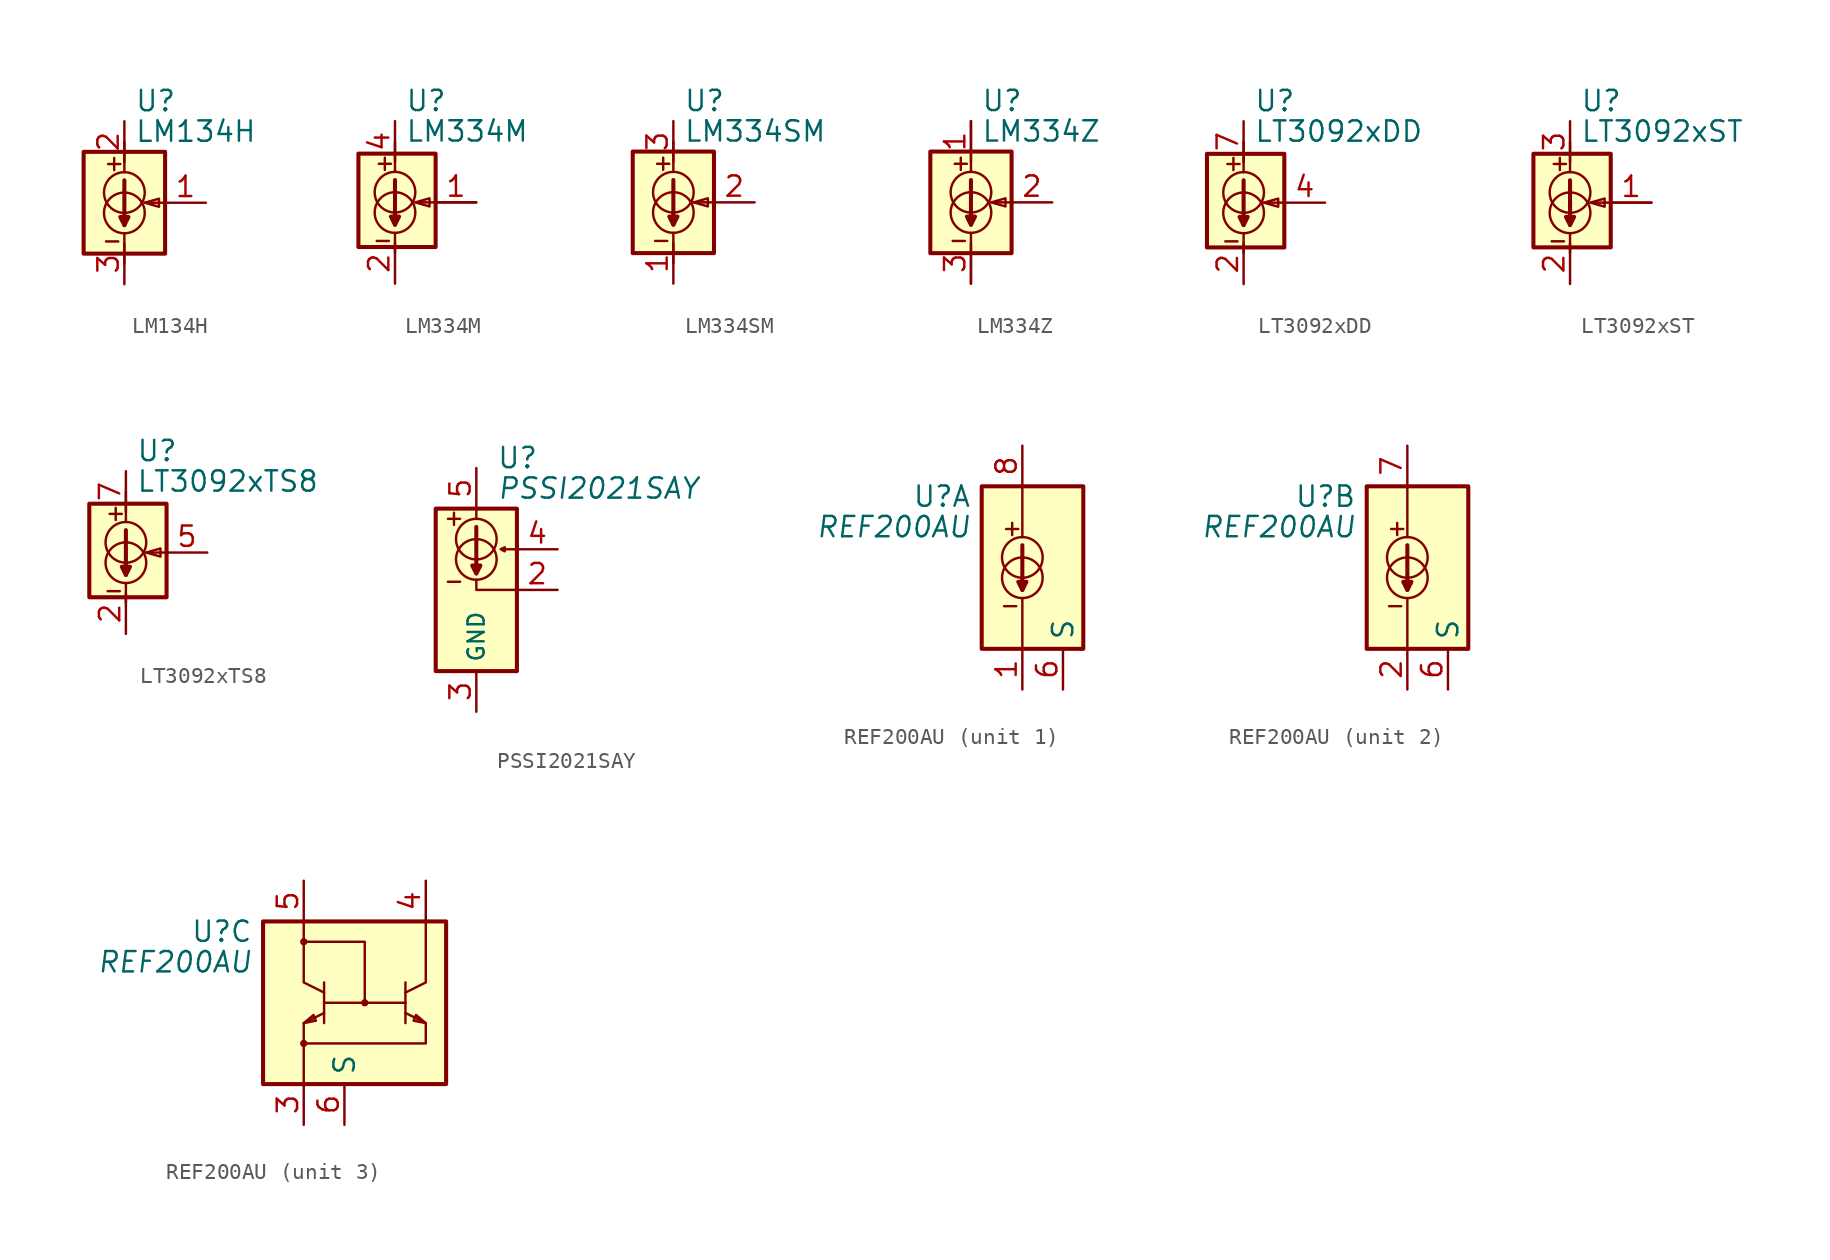
<source format=kicad_sym>
(kicad_symbol_lib
  (version 20201005)
  (generator kicad_symbol_editor)
  (symbol "Reference_Current:LM134H"
    (property "Reference" "U"
      (at 0.635 6.35 0)
      (effects (font (size 1.27 1.27)) (justify left)))
    (property "Value" "LM134H"
      (at 0.635 4.445 0)
      (effects (font (size 1.27 1.27)) (justify left)))
    (symbol "LM134H_0_1"
      (circle (center 0 -0.635) (radius 1.27) (stroke (width 0)) (fill (type none)))
      (circle (center 0 0.635) (radius 1.27) (stroke (width 0)) (fill (type none)))
      (rectangle (start -2.54 3.175) (end 2.54 -3.175) (stroke (width 0.254)) (fill (type background)))
      (polyline (pts (xy -1.143 -2.413) (xy -0.381 -2.413)) (stroke (width 0)) (fill (type none)))
      (polyline (pts (xy -1.016 2.413) (xy -0.254 2.413)) (stroke (width 0)) (fill (type none)))
      (polyline (pts (xy -0.635 2.794) (xy -0.635 2.032)) (stroke (width 0)) (fill (type none)))
      (polyline (pts (xy 0 -1.905) (xy 0 -3.81)) (stroke (width 0)) (fill (type none)))
      (polyline (pts (xy 0 1.397) (xy 0 -1.397)) (stroke (width 0.254)) (fill (type none)))
      (polyline (pts (xy 0 3.81) (xy 0 1.905)) (stroke (width 0)) (fill (type none)))
      (polyline (pts (xy 2.54 0) (xy 1.27 0)) (stroke (width 0)) (fill (type none)))
      (polyline (pts (xy 0 -1.397) (xy -0.254 -0.889) (xy 0.254 -0.889) (xy 0 -1.397)) (stroke (width 0.254)) (fill (type none)))
      (polyline (pts (xy 1.27 0) (xy 2.159 0.254) (xy 2.159 -0.254) (xy 1.27 0)) (stroke (width 0)) (fill (type none))))
    (symbol "LM134H_1_1"
      (pin passive line (at 5.08 0 180) (length 2.54) (name "~" (effects (font (size 1.27 1.27)))) (number "1" (effects (font (size 1.27 1.27)))))
      (pin passive line (at 0 5.08 270) (length 2.54) (name "~" (effects (font (size 1.27 1.27)))) (number "2" (effects (font (size 1.27 1.27)))))
      (pin passive line (at 0 -5.08 90) (length 2.54) (name "~" (effects (font (size 1.27 1.27)))) (number "3" (effects (font (size 1.27 1.27)))))))
  (symbol "Reference_Current:LM334M"
    (property "Reference" "U"
      (at 0.635 6.35 0)
      (effects (font (size 1.27 1.27)) (justify left)))
    (property "Value" "LM334M"
      (at 0.635 4.445 0)
      (effects (font (size 1.27 1.27)) (justify left)))
    (symbol "LM334M_0_1"
      (circle (center 0 -0.635) (radius 1.27) (stroke (width 0)) (fill (type none)))
      (circle (center 0 0.635) (radius 1.27) (stroke (width 0)) (fill (type none)))
      (rectangle (start -2.286 3.048) (end 2.54 -2.794) (stroke (width 0.254)) (fill (type background)))
      (polyline (pts (xy -1.143 -2.413) (xy -0.381 -2.413)) (stroke (width 0)) (fill (type none)))
      (polyline (pts (xy -1.016 2.413) (xy -0.254 2.413)) (stroke (width 0)) (fill (type none)))
      (polyline (pts (xy -0.635 2.794) (xy -0.635 2.032)) (stroke (width 0)) (fill (type none)))
      (polyline (pts (xy 0 -1.905) (xy 0 -3.175)) (stroke (width 0)) (fill (type none)))
      (polyline (pts (xy 0 1.397) (xy 0 -1.397)) (stroke (width 0.254)) (fill (type none)))
      (polyline (pts (xy 0 3.81) (xy 0 1.905)) (stroke (width 0)) (fill (type none)))
      (polyline (pts (xy 5.08 0) (xy 1.27 0)) (stroke (width 0)) (fill (type none)))
      (polyline (pts (xy 0 -1.397) (xy -0.254 -0.889) (xy 0.254 -0.889) (xy 0 -1.397)) (stroke (width 0.254)) (fill (type none)))
      (polyline (pts (xy 1.27 0) (xy 2.159 0.254) (xy 2.159 -0.254) (xy 1.27 0)) (stroke (width 0)) (fill (type none))))
    (symbol "LM334M_1_1"
      (pin passive line (at 5.08 0 180) (length 2.54) (name "~" (effects (font (size 1.27 1.27)))) (number "1" (effects (font (size 1.27 1.27)))))
      (pin passive line (at 0 -5.08 90) (length 2.54) (name "~" (effects (font (size 1.27 1.27)))) (number "2" (effects (font (size 1.27 1.27)))))
      (pin passive line (at 0 -5.08 90) (length 2.54) hide (name "~" (effects (font (size 1.27 1.27)))) (number "3" (effects (font (size 1.27 1.27)))))
      (pin passive line (at 0 5.08 270) (length 2.54) (name "~" (effects (font (size 1.27 1.27)))) (number "4" (effects (font (size 1.27 1.27)))))
      (pin passive line (at 0 -5.08 90) (length 2.54) hide (name "~" (effects (font (size 1.27 1.27)))) (number "6" (effects (font (size 1.27 1.27)))))
      (pin passive line (at 0 -5.08 90) (length 2.54) hide (name "~" (effects (font (size 1.27 1.27)))) (number "7" (effects (font (size 1.27 1.27)))))))
  (symbol "Reference_Current:LM334SM"
    (property "Reference" "U"
      (at 0.635 6.35 0)
      (effects (font (size 1.27 1.27)) (justify left)))
    (property "Value" "LM334SM"
      (at 0.635 4.445 0)
      (effects (font (size 1.27 1.27)) (justify left)))
    (symbol "LM334SM_0_1"
      (circle (center 0 -0.635) (radius 1.27) (stroke (width 0)) (fill (type none)))
      (circle (center 0 0.635) (radius 1.27) (stroke (width 0)) (fill (type none)))
      (rectangle (start -2.54 3.175) (end 2.54 -3.175) (stroke (width 0.254)) (fill (type background)))
      (polyline (pts (xy -1.143 -2.413) (xy -0.381 -2.413)) (stroke (width 0)) (fill (type none)))
      (polyline (pts (xy -1.016 2.413) (xy -0.254 2.413)) (stroke (width 0)) (fill (type none)))
      (polyline (pts (xy -0.635 2.794) (xy -0.635 2.032)) (stroke (width 0)) (fill (type none)))
      (polyline (pts (xy 0 -1.905) (xy 0 -3.81)) (stroke (width 0)) (fill (type none)))
      (polyline (pts (xy 0 1.397) (xy 0 -1.397)) (stroke (width 0.254)) (fill (type none)))
      (polyline (pts (xy 0 3.81) (xy 0 1.905)) (stroke (width 0)) (fill (type none)))
      (polyline (pts (xy 2.54 0) (xy 1.27 0)) (stroke (width 0)) (fill (type none)))
      (polyline (pts (xy 0 -1.397) (xy -0.254 -0.889) (xy 0.254 -0.889) (xy 0 -1.397)) (stroke (width 0.254)) (fill (type none)))
      (polyline (pts (xy 1.27 0) (xy 2.159 0.254) (xy 2.159 -0.254) (xy 1.27 0)) (stroke (width 0)) (fill (type none))))
    (symbol "LM334SM_1_1"
      (pin passive line (at 0 -5.08 90) (length 2.54) (name "~" (effects (font (size 1.27 1.27)))) (number "1" (effects (font (size 1.27 1.27)))))
      (pin passive line (at 5.08 0 180) (length 2.54) (name "~" (effects (font (size 1.27 1.27)))) (number "2" (effects (font (size 1.27 1.27)))))
      (pin passive line (at 0 5.08 270) (length 2.54) (name "~" (effects (font (size 1.27 1.27)))) (number "3" (effects (font (size 1.27 1.27)))))))
  (symbol "Reference_Current:LM334Z"
    (property "Reference" "U"
      (at 0.635 6.35 0)
      (effects (font (size 1.27 1.27)) (justify left)))
    (property "Value" "LM334Z"
      (at 0.635 4.445 0)
      (effects (font (size 1.27 1.27)) (justify left)))
    (symbol "LM334Z_0_1"
      (circle (center 0 -0.635) (radius 1.27) (stroke (width 0)) (fill (type none)))
      (circle (center 0 0.635) (radius 1.27) (stroke (width 0)) (fill (type none)))
      (rectangle (start -2.54 3.175) (end 2.54 -3.175) (stroke (width 0.254)) (fill (type background)))
      (polyline (pts (xy -1.143 -2.413) (xy -0.381 -2.413)) (stroke (width 0)) (fill (type none)))
      (polyline (pts (xy -1.016 2.413) (xy -0.254 2.413)) (stroke (width 0)) (fill (type none)))
      (polyline (pts (xy -0.635 2.794) (xy -0.635 2.032)) (stroke (width 0)) (fill (type none)))
      (polyline (pts (xy 0 -1.905) (xy 0 -5.08)) (stroke (width 0)) (fill (type none)))
      (polyline (pts (xy 0 1.397) (xy 0 -1.397)) (stroke (width 0.254)) (fill (type none)))
      (polyline (pts (xy 0 5.08) (xy 0 1.905)) (stroke (width 0)) (fill (type none)))
      (polyline (pts (xy 2.54 0) (xy 1.27 0)) (stroke (width 0)) (fill (type none)))
      (polyline (pts (xy 0 -1.397) (xy -0.254 -0.889) (xy 0.254 -0.889) (xy 0 -1.397)) (stroke (width 0.254)) (fill (type none)))
      (polyline (pts (xy 1.27 0) (xy 2.159 0.254) (xy 2.159 -0.254) (xy 1.27 0)) (stroke (width 0)) (fill (type none))))
    (symbol "LM334Z_1_1"
      (pin passive line (at 0 5.08 270) (length 2.54) (name "~" (effects (font (size 1.27 1.27)))) (number "1" (effects (font (size 1.27 1.27)))))
      (pin passive line (at 5.08 0 180) (length 2.54) (name "~" (effects (font (size 1.27 1.27)))) (number "2" (effects (font (size 1.27 1.27)))))
      (pin passive line (at 0 -5.08 90) (length 2.54) (name "~" (effects (font (size 1.27 1.27)))) (number "3" (effects (font (size 1.27 1.27)))))))
  (symbol "Reference_Current:LT3092xDD"
    (property "Reference" "U"
      (at 0.635 6.35 0)
      (effects (font (size 1.27 1.27)) (justify left)))
    (property "Value" "LT3092xDD"
      (at 0.635 4.445 0)
      (effects (font (size 1.27 1.27)) (justify left)))
    (symbol "LT3092xDD_0_1"
      (circle (center 0 -0.635) (radius 1.27) (stroke (width 0)) (fill (type none)))
      (circle (center 0 0.635) (radius 1.27) (stroke (width 0)) (fill (type none)))
      (rectangle (start -2.286 3.048) (end 2.54 -2.794) (stroke (width 0.254)) (fill (type background)))
      (polyline (pts (xy -1.143 -2.413) (xy -0.381 -2.413)) (stroke (width 0)) (fill (type none)))
      (polyline (pts (xy -1.016 2.413) (xy -0.254 2.413)) (stroke (width 0)) (fill (type none)))
      (polyline (pts (xy -0.635 2.794) (xy -0.635 2.032)) (stroke (width 0)) (fill (type none)))
      (polyline (pts (xy 0 -1.905) (xy 0 -3.175)) (stroke (width 0)) (fill (type none)))
      (polyline (pts (xy 0 1.397) (xy 0 -1.397)) (stroke (width 0.254)) (fill (type none)))
      (polyline (pts (xy 0 3.81) (xy 0 1.905)) (stroke (width 0)) (fill (type none)))
      (polyline (pts (xy 2.54 0) (xy 1.27 0)) (stroke (width 0)) (fill (type none)))
      (polyline (pts (xy 0 -1.397) (xy -0.254 -0.889) (xy 0.254 -0.889) (xy 0 -1.397)) (stroke (width 0.254)) (fill (type none)))
      (polyline (pts (xy 1.27 0) (xy 2.159 0.254) (xy 2.159 -0.254) (xy 1.27 0)) (stroke (width 0)) (fill (type none))))
    (symbol "LT3092xDD_1_1"
      (pin passive line (at 0 -5.08 90) (length 2.54) hide (name "~" (effects (font (size 1.27 1.27)))) (number "1" (effects (font (size 1.27 1.27)))))
      (pin passive line (at 0 -5.08 90) (length 2.54) (name "~" (effects (font (size 1.27 1.27)))) (number "2" (effects (font (size 1.27 1.27)))))
      (pin no_connect line (at -1.27 2.54 0) (length 2.54) hide (name "NC" (effects (font (size 1.27 1.27)))) (number "3" (effects (font (size 1.27 1.27)))))
      (pin passive line (at 5.08 0 180) (length 2.54) (name "~" (effects (font (size 1.27 1.27)))) (number "4" (effects (font (size 1.27 1.27)))))
      (pin no_connect line (at -1.27 0 0) (length 2.54) hide (name "NC" (effects (font (size 1.27 1.27)))) (number "5" (effects (font (size 1.27 1.27)))))
      (pin no_connect line (at -1.27 -2.54 0) (length 2.54) hide (name "NC" (effects (font (size 1.27 1.27)))) (number "6" (effects (font (size 1.27 1.27)))))
      (pin passive line (at 0 5.08 270) (length 2.54) (name "~" (effects (font (size 1.27 1.27)))) (number "7" (effects (font (size 1.27 1.27)))))
      (pin passive line (at 0 5.08 270) (length 2.54) hide (name "~" (effects (font (size 1.27 1.27)))) (number "8" (effects (font (size 1.27 1.27)))))
      (pin passive line (at 0 -5.08 90) (length 2.54) hide (name "~" (effects (font (size 1.27 1.27)))) (number "9" (effects (font (size 1.27 1.27)))))))
  (symbol "Reference_Current:LT3092xST"
    (property "Reference" "U"
      (at 0.635 6.35 0)
      (effects (font (size 1.27 1.27)) (justify left)))
    (property "Value" "LT3092xST"
      (at 0.635 4.445 0)
      (effects (font (size 1.27 1.27)) (justify left)))
    (symbol "LT3092xST_0_1"
      (circle (center 0 -0.635) (radius 1.27) (stroke (width 0)) (fill (type none)))
      (circle (center 0 0.635) (radius 1.27) (stroke (width 0)) (fill (type none)))
      (rectangle (start -2.286 3.048) (end 2.54 -2.794) (stroke (width 0.254)) (fill (type background)))
      (polyline (pts (xy -1.143 -2.413) (xy -0.381 -2.413)) (stroke (width 0)) (fill (type none)))
      (polyline (pts (xy -1.016 2.413) (xy -0.254 2.413)) (stroke (width 0)) (fill (type none)))
      (polyline (pts (xy -0.635 2.794) (xy -0.635 2.032)) (stroke (width 0)) (fill (type none)))
      (polyline (pts (xy 0 -1.905) (xy 0 -3.175)) (stroke (width 0)) (fill (type none)))
      (polyline (pts (xy 0 1.397) (xy 0 -1.397)) (stroke (width 0.254)) (fill (type none)))
      (polyline (pts (xy 0 3.81) (xy 0 1.905)) (stroke (width 0)) (fill (type none)))
      (polyline (pts (xy 5.08 0) (xy 1.27 0)) (stroke (width 0)) (fill (type none)))
      (polyline (pts (xy 0 -1.397) (xy -0.254 -0.889) (xy 0.254 -0.889) (xy 0 -1.397)) (stroke (width 0.254)) (fill (type none)))
      (polyline (pts (xy 1.27 0) (xy 2.159 0.254) (xy 2.159 -0.254) (xy 1.27 0)) (stroke (width 0)) (fill (type none))))
    (symbol "LT3092xST_1_1"
      (pin passive line (at 5.08 0 180) (length 2.54) (name "~" (effects (font (size 1.27 1.27)))) (number "1" (effects (font (size 1.27 1.27)))))
      (pin passive line (at 0 -5.08 90) (length 2.54) (name "~" (effects (font (size 1.27 1.27)))) (number "2" (effects (font (size 1.27 1.27)))))
      (pin passive line (at 0 5.08 270) (length 2.54) (name "~" (effects (font (size 1.27 1.27)))) (number "3" (effects (font (size 1.27 1.27)))))))
  (symbol "Reference_Current:LT3092xTS8"
    (property "Reference" "U"
      (at 0.635 6.35 0)
      (effects (font (size 1.27 1.27)) (justify left)))
    (property "Value" "LT3092xTS8"
      (at 0.635 4.445 0)
      (effects (font (size 1.27 1.27)) (justify left)))
    (symbol "LT3092xTS8_0_1"
      (circle (center 0 -0.635) (radius 1.27) (stroke (width 0)) (fill (type none)))
      (circle (center 0 0.635) (radius 1.27) (stroke (width 0)) (fill (type none)))
      (rectangle (start -2.286 3.048) (end 2.54 -2.794) (stroke (width 0.254)) (fill (type background)))
      (polyline (pts (xy -1.143 -2.413) (xy -0.381 -2.413)) (stroke (width 0)) (fill (type none)))
      (polyline (pts (xy -1.016 2.413) (xy -0.254 2.413)) (stroke (width 0)) (fill (type none)))
      (polyline (pts (xy -0.635 2.794) (xy -0.635 2.032)) (stroke (width 0)) (fill (type none)))
      (polyline (pts (xy 0 -1.905) (xy 0 -3.175)) (stroke (width 0)) (fill (type none)))
      (polyline (pts (xy 0 1.397) (xy 0 -1.397)) (stroke (width 0.254)) (fill (type none)))
      (polyline (pts (xy 0 3.81) (xy 0 1.905)) (stroke (width 0)) (fill (type none)))
      (polyline (pts (xy 2.54 0) (xy 1.27 0)) (stroke (width 0)) (fill (type none)))
      (polyline (pts (xy 0 -1.397) (xy -0.254 -0.889) (xy 0.254 -0.889) (xy 0 -1.397)) (stroke (width 0.254)) (fill (type none)))
      (polyline (pts (xy 1.27 0) (xy 2.159 0.254) (xy 2.159 -0.254) (xy 1.27 0)) (stroke (width 0)) (fill (type none))))
    (symbol "LT3092xTS8_1_1"
      (pin no_connect line (at -1.27 2.54 0) (length 2.54) hide (name "NC" (effects (font (size 1.27 1.27)))) (number "1" (effects (font (size 1.27 1.27)))))
      (pin passive line (at 0 -5.08 90) (length 2.54) (name "~" (effects (font (size 1.27 1.27)))) (number "2" (effects (font (size 1.27 1.27)))))
      (pin passive line (at 0 -5.08 90) (length 2.54) hide (name "~" (effects (font (size 1.27 1.27)))) (number "3" (effects (font (size 1.27 1.27)))))
      (pin passive line (at 0 -5.08 90) (length 2.54) hide (name "~" (effects (font (size 1.27 1.27)))) (number "4" (effects (font (size 1.27 1.27)))))
      (pin passive line (at 5.08 0 180) (length 2.54) (name "~" (effects (font (size 1.27 1.27)))) (number "5" (effects (font (size 1.27 1.27)))))
      (pin no_connect line (at -1.27 0 0) (length 2.54) hide (name "NC" (effects (font (size 1.27 1.27)))) (number "6" (effects (font (size 1.27 1.27)))))
      (pin passive line (at 0 5.08 270) (length 2.54) (name "~" (effects (font (size 1.27 1.27)))) (number "7" (effects (font (size 1.27 1.27)))))
      (pin passive line (at 0 5.08 270) (length 2.54) hide (name "~" (effects (font (size 1.27 1.27)))) (number "8" (effects (font (size 1.27 1.27)))))))
  (symbol "Reference_Current:PSSI2021SAY"
    (property "Reference" "U"
      (at 1.27 8.255 0)
      (effects (font (size 1.27 1.27)) (justify left)))
    (property "Value" "PSSI2021SAY"
      (at 1.27 6.35 0)
      (effects (font (size 1.27 1.27) italic) (justify left)))
    (symbol "PSSI2021SAY_0_1"
      (pin power_out line (at 5.08 0 180) (length 2.54) (name "~" (effects (font (size 1.27 1.27)))) (number "2" (effects (font (size 1.27 1.27))))))
    (symbol "PSSI2021SAY_1_1"
      (circle (center 0 1.905) (radius 1.27) (stroke (width 0)) (fill (type none)))
      (circle (center 0 3.175) (radius 1.27) (stroke (width 0)) (fill (type none)))
      (rectangle (start -2.54 5.08) (end 2.54 -5.08) (stroke (width 0.254)) (fill (type background)))
      (polyline (pts (xy -1.778 0.508) (xy -1.016 0.508)) (stroke (width 0)) (fill (type none)))
      (polyline (pts (xy -1.778 4.445) (xy -1.016 4.445)) (stroke (width 0)) (fill (type none)))
      (polyline (pts (xy -1.397 4.826) (xy -1.397 4.064)) (stroke (width 0)) (fill (type none)))
      (polyline (pts (xy 0 3.937) (xy 0 1.143)) (stroke (width 0.254)) (fill (type none)))
      (polyline (pts (xy 0 5.08) (xy 0 4.445)) (stroke (width 0)) (fill (type none)))
      (polyline (pts (xy 2.54 0) (xy 0 0) (xy 0 0.635)) (stroke (width 0)) (fill (type none)))
      (polyline (pts (xy 0 1.016) (xy -0.254 1.524) (xy 0.254 1.524) (xy 0 1.016)) (stroke (width 0.254)) (fill (type none)))
      (polyline (pts (xy 2.54 2.54) (xy 1.778 2.54) (xy 1.778 2.667) (xy 1.524 2.54) (xy 1.778 2.413) (xy 1.778 2.54)) (stroke (width 0)) (fill (type none)))
      (pin no_connect line (at -2.54 -2.54 0) (length 2.54) hide (name "NC" (effects (font (size 1.27 1.27)))) (number "1" (effects (font (size 1.27 1.27)))))
      (pin power_in line (at 0 -7.62 90) (length 2.54) (name "GND" (effects (font (size 1.016 1.016)))) (number "3" (effects (font (size 1.27 1.27)))))
      (pin passive line (at 5.08 2.54 180) (length 2.54) (name "~" (effects (font (size 1.27 1.27)))) (number "4" (effects (font (size 1.27 1.27)))))
      (pin power_in line (at 0 7.62 270) (length 2.54) (name "~" (effects (font (size 1.27 1.27)))) (number "5" (effects (font (size 1.27 1.27)))))))
  (symbol "Reference_Current:REF200AU"
    (property "Reference" "U"
      (at -3.175 4.445 0)
      (effects (font (size 1.27 1.27)) (justify right)))
    (property "Value" "REF200AU"
      (at -3.175 2.54 0)
      (effects (font (size 1.27 1.27) italic) (justify right)))
    (property "ki_locked" ""
      (at 0 0 0)
      (effects (font (size 1.27 1.27))))
    (symbol "REF200AU_0_1"
      (pin passive line (at 2.54 -7.62 90) (length 2.54) (name "S" (effects (font (size 1.27 1.27)))) (number "6" (effects (font (size 1.27 1.27))))))
    (symbol "REF200AU_1_1"
      (circle (center 0 -0.635) (radius 1.27) (stroke (width 0)) (fill (type none)))
      (circle (center 0 0.635) (radius 1.27) (stroke (width 0)) (fill (type none)))
      (rectangle (start -2.54 5.08) (end 3.81 -5.08) (stroke (width 0.254)) (fill (type background)))
      (polyline (pts (xy -1.143 -2.413) (xy -0.381 -2.413)) (stroke (width 0)) (fill (type none)))
      (polyline (pts (xy -1.016 2.413) (xy -0.254 2.413)) (stroke (width 0)) (fill (type none)))
      (polyline (pts (xy -0.635 2.794) (xy -0.635 2.032)) (stroke (width 0)) (fill (type none)))
      (polyline (pts (xy 0 -1.905) (xy 0 -5.08)) (stroke (width 0)) (fill (type none)))
      (polyline (pts (xy 0 1.397) (xy 0 -1.397)) (stroke (width 0.254)) (fill (type none)))
      (polyline (pts (xy 0 5.08) (xy 0 1.905)) (stroke (width 0)) (fill (type none)))
      (polyline (pts (xy 0 -1.397) (xy -0.254 -0.889) (xy 0.254 -0.889) (xy 0 -1.397)) (stroke (width 0.254)) (fill (type none)))
      (pin passive line (at 0 -7.62 90) (length 2.54) (name "~" (effects (font (size 1.27 1.27)))) (number "1" (effects (font (size 1.27 1.27)))))
      (pin passive line (at 0 7.62 270) (length 2.54) (name "~" (effects (font (size 1.27 1.27)))) (number "8" (effects (font (size 1.27 1.27))))))
    (symbol "REF200AU_2_1"
      (circle (center 0 -0.635) (radius 1.27) (stroke (width 0)) (fill (type none)))
      (circle (center 0 0.635) (radius 1.27) (stroke (width 0)) (fill (type none)))
      (rectangle (start -2.54 5.08) (end 3.81 -5.08) (stroke (width 0.254)) (fill (type background)))
      (polyline (pts (xy -1.143 -2.413) (xy -0.381 -2.413)) (stroke (width 0)) (fill (type none)))
      (polyline (pts (xy -1.016 2.413) (xy -0.254 2.413)) (stroke (width 0)) (fill (type none)))
      (polyline (pts (xy -0.635 2.794) (xy -0.635 2.032)) (stroke (width 0)) (fill (type none)))
      (polyline (pts (xy 0 -1.905) (xy 0 -5.08)) (stroke (width 0)) (fill (type none)))
      (polyline (pts (xy 0 1.397) (xy 0 -1.397)) (stroke (width 0.254)) (fill (type none)))
      (polyline (pts (xy 0 5.08) (xy 0 1.905)) (stroke (width 0)) (fill (type none)))
      (polyline (pts (xy 0 -1.397) (xy -0.254 -0.889) (xy 0.254 -0.889) (xy 0 -1.397)) (stroke (width 0.254)) (fill (type none)))
      (pin passive line (at 0 -7.62 90) (length 2.54) (name "~" (effects (font (size 1.27 1.27)))) (number "2" (effects (font (size 1.27 1.27)))))
      (pin passive line (at 0 7.62 270) (length 2.54) (name "~" (effects (font (size 1.27 1.27)))) (number "7" (effects (font (size 1.27 1.27))))))
    (symbol "REF200AU_3_1"
      (circle (center 0 -2.54) (radius 0.152) (stroke (width 0)) (fill (type none)))
      (circle (center 0 3.81) (radius 0.152) (stroke (width 0)) (fill (type none)))
      (circle (center 3.81 0) (radius 0.152) (stroke (width 0)) (fill (type none)))
      (rectangle (start -2.54 5.08) (end 8.89 -5.08) (stroke (width 0.254)) (fill (type background)))
      (polyline (pts (xy 0 3.81) (xy 0 5.08)) (stroke (width 0)) (fill (type none)))
      (polyline (pts (xy 1.27 -1.27) (xy 1.27 1.27)) (stroke (width 0)) (fill (type none)))
      (polyline (pts (xy 1.27 0) (xy 6.35 0)) (stroke (width 0)) (fill (type none)))
      (polyline (pts (xy 6.35 1.27) (xy 6.35 -1.27)) (stroke (width 0)) (fill (type none)))
      (polyline (pts (xy 0 -5.08) (xy 0 -1.27) (xy 1.27 -0.635)) (stroke (width 0)) (fill (type none)))
      (polyline (pts (xy 0 3.81) (xy 3.81 3.81) (xy 3.81 0)) (stroke (width 0)) (fill (type none)))
      (polyline (pts (xy 1.27 0.635) (xy 0 1.27) (xy 0 3.81)) (stroke (width 0)) (fill (type none)))
      (polyline (pts (xy 7.62 5.08) (xy 7.62 1.27) (xy 6.35 0.635)) (stroke (width 0)) (fill (type none)))
      (polyline (pts (xy 0 -1.27) (xy 0.61 -0.762) (xy 0.762 -1.118) (xy 0 -1.27)) (stroke (width 0)) (fill (type none)))
      (polyline (pts (xy 6.35 -0.635) (xy 7.62 -1.27) (xy 7.62 -2.54) (xy 0 -2.54)) (stroke (width 0)) (fill (type none)))
      (polyline (pts (xy 7.62 -1.27) (xy 7.01 -0.762) (xy 6.858 -1.118) (xy 7.62 -1.27)) (stroke (width 0)) (fill (type none)))
      (pin passive line (at 0 -7.62 90) (length 2.54) (name "~" (effects (font (size 1.27 1.27)))) (number "3" (effects (font (size 1.27 1.27)))))
      (pin passive line (at 7.62 7.62 270) (length 2.54) (name "~" (effects (font (size 1.27 1.27)))) (number "4" (effects (font (size 1.27 1.27)))))
      (pin passive line (at 0 7.62 270) (length 2.54) (name "~" (effects (font (size 1.27 1.27)))) (number "5" (effects (font (size 1.27 1.27))))))))
</source>
